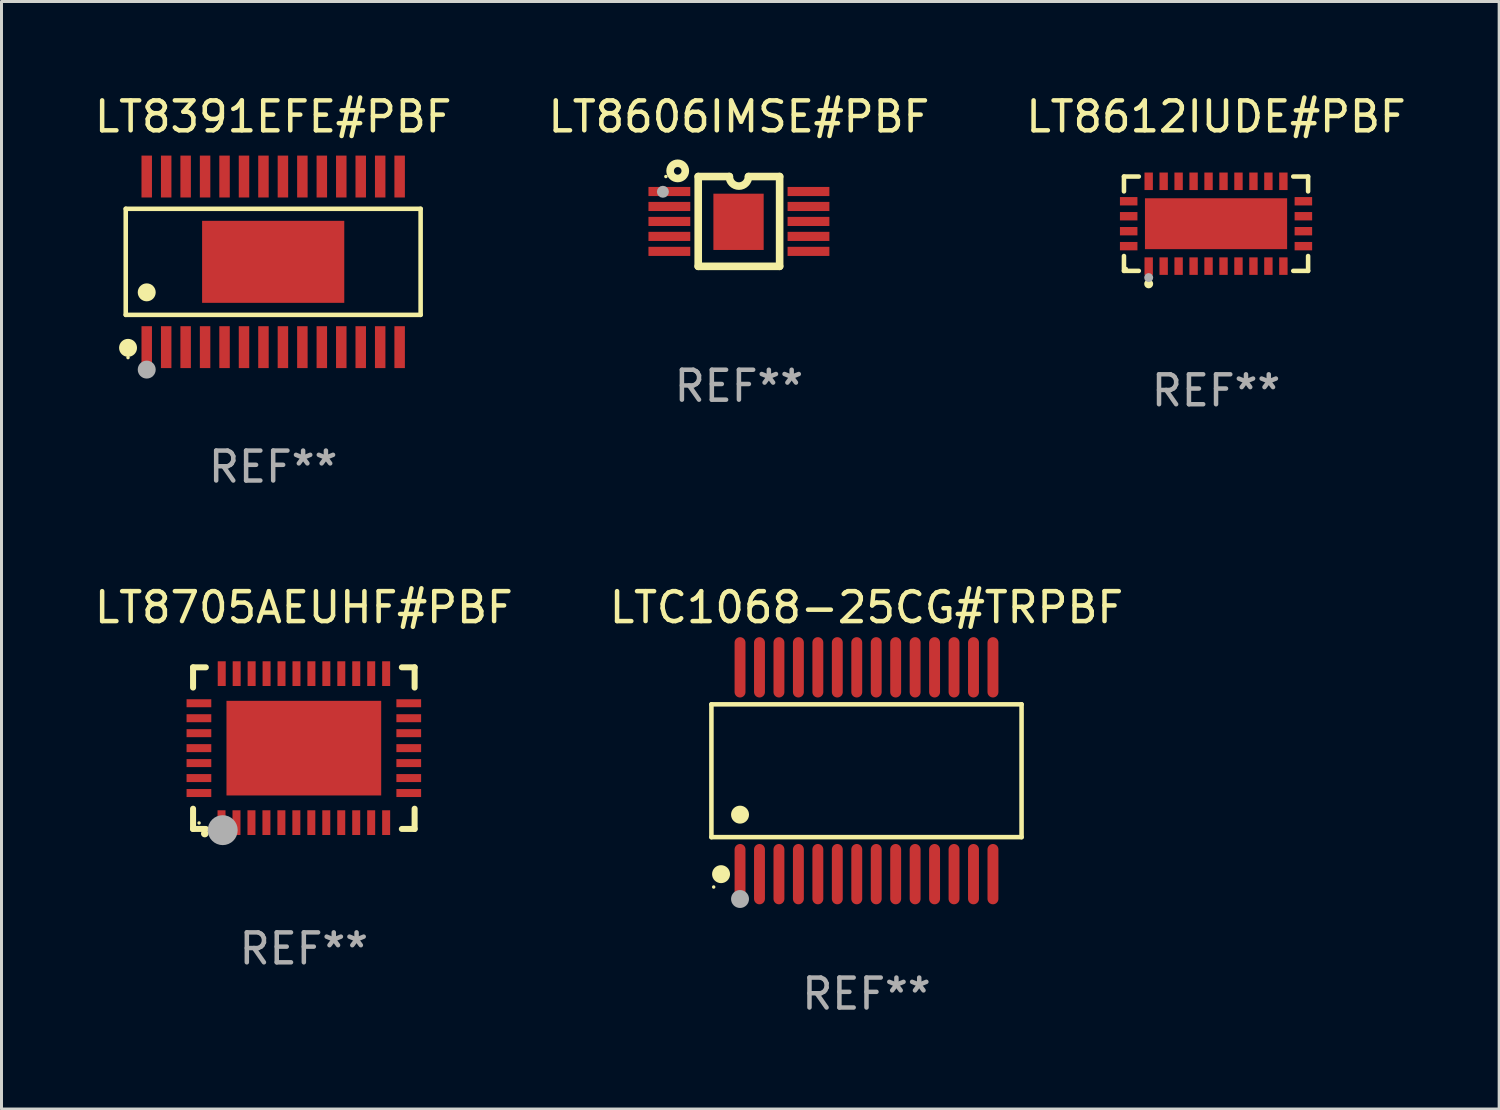
<source format=kicad_pcb>
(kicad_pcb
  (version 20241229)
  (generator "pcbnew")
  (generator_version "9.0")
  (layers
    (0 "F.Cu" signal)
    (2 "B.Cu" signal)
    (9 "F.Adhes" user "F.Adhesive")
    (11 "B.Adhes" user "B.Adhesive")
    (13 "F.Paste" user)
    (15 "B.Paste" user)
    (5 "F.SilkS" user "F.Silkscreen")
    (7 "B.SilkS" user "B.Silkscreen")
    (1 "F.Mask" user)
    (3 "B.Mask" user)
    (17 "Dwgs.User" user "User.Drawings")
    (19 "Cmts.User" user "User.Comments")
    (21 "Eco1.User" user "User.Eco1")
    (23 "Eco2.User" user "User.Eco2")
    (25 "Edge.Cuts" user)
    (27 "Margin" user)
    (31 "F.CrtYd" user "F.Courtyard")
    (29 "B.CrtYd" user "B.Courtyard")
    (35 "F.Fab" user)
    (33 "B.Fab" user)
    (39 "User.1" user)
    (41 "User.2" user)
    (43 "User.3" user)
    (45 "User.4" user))
  (footprint "LTC1068-25CG#TRPBF"
    (layer "F.Cu")
    (at 25.899 22.7)
    (property "Reference" "LTC1068-25CG#TRPBF" (at 0 -5.455 0) (layer "F.SilkS") (effects (font (size 1 1) (thickness 0.15))))
    (attr through_hole)
    (fp_line (start -5.181 -2.219) (end 5.181 -2.219) (stroke (width 0.152) (type solid)) (layer "F.SilkS"))
    (fp_line (start -5.181 2.219) (end -5.181 -2.219) (stroke (width 0.152) (type solid)) (layer "F.SilkS"))
    (fp_line (start 5.181 -2.219) (end 5.181 2.219) (stroke (width 0.152) (type solid)) (layer "F.SilkS"))
    (fp_line (start 5.181 2.219) (end -5.181 2.219) (stroke (width 0.152) (type solid)) (layer "F.SilkS"))
    (fp_circle (center -5.105 3.885) (end -5.075 3.885) (stroke (width 0.06) (type solid)) (fill no) (layer "F.SilkS"))
    (fp_circle (center -4.859 3.455) (end -4.709 3.455) (stroke (width 0.3) (type solid)) (fill no) (layer "F.SilkS"))
    (fp_circle (center -4.225 1.467) (end -4.075 1.467) (stroke (width 0.3) (type solid)) (fill no) (layer "F.SilkS"))
    (fp_circle (center -4.225 4.285) (end -4.075 4.285) (stroke (width 0.3) (type solid)) (fill no) (layer "F.Fab"))
    (fp_text user "REF**" (at 0 7.455 0) (layer "F.Fab") (effects (font (size 1 1) (thickness 0.15))))
    (pad "1" smd oval (at -4.225 3.455) (size 0.364 2.015) (layers "F.Cu" "F.Mask" "F.Paste"))
    (pad "2" smd oval (at -3.575 3.455) (size 0.364 2.015) (layers "F.Cu" "F.Mask" "F.Paste"))
    (pad "3" smd oval (at -2.925 3.455) (size 0.364 2.015) (layers "F.Cu" "F.Mask" "F.Paste"))
    (pad "4" smd oval (at -2.275 3.455) (size 0.364 2.015) (layers "F.Cu" "F.Mask" "F.Paste"))
    (pad "5" smd oval (at -1.625 3.455) (size 0.364 2.015) (layers "F.Cu" "F.Mask" "F.Paste"))
    (pad "6" smd oval (at -0.975 3.455) (size 0.364 2.015) (layers "F.Cu" "F.Mask" "F.Paste"))
    (pad "7" smd oval (at -0.325 3.455) (size 0.364 2.015) (layers "F.Cu" "F.Mask" "F.Paste"))
    (pad "8" smd oval (at 0.325 3.455) (size 0.364 2.015) (layers "F.Cu" "F.Mask" "F.Paste"))
    (pad "9" smd oval (at 0.975 3.455) (size 0.364 2.015) (layers "F.Cu" "F.Mask" "F.Paste"))
    (pad "10" smd oval (at 1.625 3.455) (size 0.364 2.015) (layers "F.Cu" "F.Mask" "F.Paste"))
    (pad "11" smd oval (at 2.275 3.455) (size 0.364 2.015) (layers "F.Cu" "F.Mask" "F.Paste"))
    (pad "12" smd oval (at 2.925 3.455) (size 0.364 2.015) (layers "F.Cu" "F.Mask" "F.Paste"))
    (pad "13" smd oval (at 3.575 3.455) (size 0.364 2.015) (layers "F.Cu" "F.Mask" "F.Paste"))
    (pad "14" smd oval (at 4.225 3.455) (size 0.364 2.015) (layers "F.Cu" "F.Mask" "F.Paste"))
    (pad "15" smd oval (at 4.225 -3.455) (size 0.364 2.015) (layers "F.Cu" "F.Mask" "F.Paste"))
    (pad "16" smd oval (at 3.575 -3.455) (size 0.364 2.015) (layers "F.Cu" "F.Mask" "F.Paste"))
    (pad "17" smd oval (at 2.925 -3.455) (size 0.364 2.015) (layers "F.Cu" "F.Mask" "F.Paste"))
    (pad "18" smd oval (at 2.275 -3.455) (size 0.364 2.015) (layers "F.Cu" "F.Mask" "F.Paste"))
    (pad "19" smd oval (at 1.625 -3.455) (size 0.364 2.015) (layers "F.Cu" "F.Mask" "F.Paste"))
    (pad "20" smd oval (at 0.975 -3.455) (size 0.364 2.015) (layers "F.Cu" "F.Mask" "F.Paste"))
    (pad "21" smd oval (at 0.325 -3.455) (size 0.364 2.015) (layers "F.Cu" "F.Mask" "F.Paste"))
    (pad "22" smd oval (at -0.325 -3.455) (size 0.364 2.015) (layers "F.Cu" "F.Mask" "F.Paste"))
    (pad "23" smd oval (at -0.975 -3.455) (size 0.364 2.015) (layers "F.Cu" "F.Mask" "F.Paste"))
    (pad "24" smd oval (at -1.625 -3.455) (size 0.364 2.015) (layers "F.Cu" "F.Mask" "F.Paste"))
    (pad "25" smd oval (at -2.275 -3.455) (size 0.364 2.015) (layers "F.Cu" "F.Mask" "F.Paste"))
    (pad "26" smd oval (at -2.925 -3.455) (size 0.364 2.015) (layers "F.Cu" "F.Mask" "F.Paste"))
    (pad "27" smd oval (at -3.575 -3.455) (size 0.364 2.015) (layers "F.Cu" "F.Mask" "F.Paste"))
    (pad "28" smd oval (at -4.225 -3.455) (size 0.364 2.015) (layers "F.Cu" "F.Mask" "F.Paste")))
  (footprint "LT8612IUDE#PBF"
    (layer "F.Cu")
    (at 37.577 4.424)
    (property "Reference" "LT8612IUDE#PBF" (at 0 -3.576 0) (layer "F.SilkS") (effects (font (size 1 1) (thickness 0.15))))
    (attr through_hole)
    (fp_line (start -3.076 -1.576) (end -2.58 -1.576) (stroke (width 0.152) (type solid)) (layer "F.SilkS"))
    (fp_line (start -3.076 -1.08) (end -3.076 -1.576) (stroke (width 0.152) (type solid)) (layer "F.SilkS"))
    (fp_line (start -3.076 1.08) (end -3.076 1.576) (stroke (width 0.152) (type solid)) (layer "F.SilkS"))
    (fp_line (start -3.076 1.576) (end -2.58 1.576) (stroke (width 0.152) (type solid)) (layer "F.SilkS"))
    (fp_line (start 3.076 -1.576) (end 2.58 -1.576) (stroke (width 0.152) (type solid)) (layer "F.SilkS"))
    (fp_line (start 3.076 -1.08) (end 3.076 -1.576) (stroke (width 0.152) (type solid)) (layer "F.SilkS"))
    (fp_line (start 3.076 1.08) (end 3.076 1.576) (stroke (width 0.152) (type solid)) (layer "F.SilkS"))
    (fp_line (start 3.076 1.576) (end 2.58 1.576) (stroke (width 0.152) (type solid)) (layer "F.SilkS"))
    (fp_circle (center -3 1.5) (end -2.97 1.5) (stroke (width 0.06) (type solid)) (fill no) (layer "F.SilkS"))
    (fp_circle (center -2.25 2.01) (end -2.175 2.01) (stroke (width 0.15) (type solid)) (fill no) (layer "F.SilkS"))
    (fp_circle (center -2.25 1.8) (end -2.175 1.8) (stroke (width 0.15) (type solid)) (fill no) (layer "F.Fab"))
    (fp_text user "REF**" (at 0 5.576 0) (layer "F.Fab") (effects (font (size 1 1) (thickness 0.15))))
    (pad "1" smd rect (at -2.25 1.417) (size 0.28 0.585) (layers "F.Cu" "F.Mask" "F.Paste"))
    (pad "2" smd rect (at -1.75 1.417) (size 0.28 0.585) (layers "F.Cu" "F.Mask" "F.Paste"))
    (pad "3" smd rect (at -1.25 1.417) (size 0.28 0.585) (layers "F.Cu" "F.Mask" "F.Paste"))
    (pad "4" smd rect (at -0.75 1.417) (size 0.28 0.585) (layers "F.Cu" "F.Mask" "F.Paste"))
    (pad "5" smd rect (at -0.25 1.417) (size 0.28 0.585) (layers "F.Cu" "F.Mask" "F.Paste"))
    (pad "6" smd rect (at 0.25 1.417) (size 0.28 0.585) (layers "F.Cu" "F.Mask" "F.Paste"))
    (pad "7" smd rect (at 0.75 1.417) (size 0.28 0.585) (layers "F.Cu" "F.Mask" "F.Paste"))
    (pad "8" smd rect (at 1.25 1.417) (size 0.28 0.585) (layers "F.Cu" "F.Mask" "F.Paste"))
    (pad "9" smd rect (at 1.75 1.417) (size 0.28 0.585) (layers "F.Cu" "F.Mask" "F.Paste"))
    (pad "10" smd rect (at 2.25 1.417) (size 0.28 0.585) (layers "F.Cu" "F.Mask" "F.Paste"))
    (pad "11" smd rect (at 2.918 0.75) (size 0.585 0.28) (layers "F.Cu" "F.Mask" "F.Paste"))
    (pad "12" smd rect (at 2.918 0.25) (size 0.585 0.28) (layers "F.Cu" "F.Mask" "F.Paste"))
    (pad "13" smd rect (at 2.918 -0.25) (size 0.585 0.28) (layers "F.Cu" "F.Mask" "F.Paste"))
    (pad "14" smd rect (at 2.918 -0.75) (size 0.585 0.28) (layers "F.Cu" "F.Mask" "F.Paste"))
    (pad "15" smd rect (at 2.25 -1.417) (size 0.28 0.585) (layers "F.Cu" "F.Mask" "F.Paste"))
    (pad "16" smd rect (at 1.75 -1.417) (size 0.28 0.585) (layers "F.Cu" "F.Mask" "F.Paste"))
    (pad "17" smd rect (at 1.25 -1.417) (size 0.28 0.585) (layers "F.Cu" "F.Mask" "F.Paste"))
    (pad "18" smd rect (at 0.75 -1.417) (size 0.28 0.585) (layers "F.Cu" "F.Mask" "F.Paste"))
    (pad "19" smd rect (at 0.25 -1.417) (size 0.28 0.585) (layers "F.Cu" "F.Mask" "F.Paste"))
    (pad "20" smd rect (at -0.25 -1.417) (size 0.28 0.585) (layers "F.Cu" "F.Mask" "F.Paste"))
    (pad "21" smd rect (at -0.75 -1.417) (size 0.28 0.585) (layers "F.Cu" "F.Mask" "F.Paste"))
    (pad "22" smd rect (at -1.25 -1.417) (size 0.28 0.585) (layers "F.Cu" "F.Mask" "F.Paste"))
    (pad "23" smd rect (at -1.75 -1.417) (size 0.28 0.585) (layers "F.Cu" "F.Mask" "F.Paste"))
    (pad "24" smd rect (at -2.25 -1.417) (size 0.28 0.585) (layers "F.Cu" "F.Mask" "F.Paste"))
    (pad "25" smd rect (at -2.918 -0.75) (size 0.585 0.28) (layers "F.Cu" "F.Mask" "F.Paste"))
    (pad "26" smd rect (at -2.918 -0.25) (size 0.585 0.28) (layers "F.Cu" "F.Mask" "F.Paste"))
    (pad "27" smd rect (at -2.918 0.25) (size 0.585 0.28) (layers "F.Cu" "F.Mask" "F.Paste"))
    (pad "28" smd rect (at -2.918 0.75) (size 0.585 0.28) (layers "F.Cu" "F.Mask" "F.Paste"))
    (pad "29" smd rect (at 0.000127 0.000127) (size 4.75 1.7) (layers "F.Cu" "F.Mask" "F.Paste")))
  (footprint "LT8391EFE#PBF"
    (layer "F.Cu")
    (at 6.077 5.698)
    (property "Reference" "LT8391EFE#PBF" (at 0 -4.85 0) (layer "F.SilkS") (effects (font (size 1 1) (thickness 0.15))))
    (attr through_hole)
    (fp_line (start -4.926 -1.772) (end 4.926 -1.772) (stroke (width 0.152) (type solid)) (layer "F.SilkS"))
    (fp_line (start -4.926 1.771) (end -4.926 -1.772) (stroke (width 0.152) (type solid)) (layer "F.SilkS"))
    (fp_line (start 4.926 -1.772) (end 4.926 1.771) (stroke (width 0.152) (type solid)) (layer "F.SilkS"))
    (fp_line (start 4.926 1.771) (end -4.926 1.771) (stroke (width 0.152) (type solid)) (layer "F.SilkS"))
    (fp_circle (center -4.85 3.2) (end -4.82 3.2) (stroke (width 0.06) (type solid)) (fill no) (layer "F.SilkS"))
    (fp_circle (center -4.849 2.873) (end -4.699 2.873) (stroke (width 0.3) (type solid)) (fill no) (layer "F.SilkS"))
    (fp_circle (center -4.225 1.019) (end -4.075 1.019) (stroke (width 0.3) (type solid)) (fill no) (layer "F.SilkS"))
    (fp_circle (center -4.225 3.6) (end -4.075 3.6) (stroke (width 0.3) (type solid)) (fill no) (layer "F.Fab"))
    (fp_text user "REF**" (at 0 6.85 0) (layer "F.Fab") (effects (font (size 1 1) (thickness 0.15))))
    (pad "1" smd rect (at -4.225 2.85) (size 0.35 1.4) (layers "F.Cu" "F.Mask" "F.Paste"))
    (pad "2" smd rect (at -3.575 2.85) (size 0.35 1.4) (layers "F.Cu" "F.Mask" "F.Paste"))
    (pad "3" smd rect (at -2.925 2.85) (size 0.35 1.4) (layers "F.Cu" "F.Mask" "F.Paste"))
    (pad "4" smd rect (at -2.275 2.85) (size 0.35 1.4) (layers "F.Cu" "F.Mask" "F.Paste"))
    (pad "5" smd rect (at -1.625 2.85) (size 0.35 1.4) (layers "F.Cu" "F.Mask" "F.Paste"))
    (pad "6" smd rect (at -0.975 2.85) (size 0.35 1.4) (layers "F.Cu" "F.Mask" "F.Paste"))
    (pad "7" smd rect (at -0.325 2.85) (size 0.35 1.4) (layers "F.Cu" "F.Mask" "F.Paste"))
    (pad "8" smd rect (at 0.325 2.85) (size 0.35 1.4) (layers "F.Cu" "F.Mask" "F.Paste"))
    (pad "9" smd rect (at 0.975 2.85) (size 0.35 1.4) (layers "F.Cu" "F.Mask" "F.Paste"))
    (pad "10" smd rect (at 1.625 2.85) (size 0.35 1.4) (layers "F.Cu" "F.Mask" "F.Paste"))
    (pad "11" smd rect (at 2.275 2.85) (size 0.35 1.4) (layers "F.Cu" "F.Mask" "F.Paste"))
    (pad "12" smd rect (at 2.925 2.85) (size 0.35 1.4) (layers "F.Cu" "F.Mask" "F.Paste"))
    (pad "13" smd rect (at 3.575 2.85) (size 0.35 1.4) (layers "F.Cu" "F.Mask" "F.Paste"))
    (pad "14" smd rect (at 4.225 2.85) (size 0.35 1.4) (layers "F.Cu" "F.Mask" "F.Paste"))
    (pad "15" smd rect (at 4.225 -2.85) (size 0.35 1.4) (layers "F.Cu" "F.Mask" "F.Paste"))
    (pad "16" smd rect (at 3.575 -2.85) (size 0.35 1.4) (layers "F.Cu" "F.Mask" "F.Paste"))
    (pad "17" smd rect (at 2.925 -2.85) (size 0.35 1.4) (layers "F.Cu" "F.Mask" "F.Paste"))
    (pad "18" smd rect (at 2.275 -2.85) (size 0.35 1.4) (layers "F.Cu" "F.Mask" "F.Paste"))
    (pad "19" smd rect (at 1.625 -2.85) (size 0.35 1.4) (layers "F.Cu" "F.Mask" "F.Paste"))
    (pad "20" smd rect (at 0.975 -2.85) (size 0.35 1.4) (layers "F.Cu" "F.Mask" "F.Paste"))
    (pad "21" smd rect (at 0.325 -2.85) (size 0.35 1.4) (layers "F.Cu" "F.Mask" "F.Paste"))
    (pad "22" smd rect (at -0.325 -2.85) (size 0.35 1.4) (layers "F.Cu" "F.Mask" "F.Paste"))
    (pad "23" smd rect (at -0.975 -2.85) (size 0.35 1.4) (layers "F.Cu" "F.Mask" "F.Paste"))
    (pad "24" smd rect (at -1.625 -2.85) (size 0.35 1.4) (layers "F.Cu" "F.Mask" "F.Paste"))
    (pad "25" smd rect (at -2.275 -2.85) (size 0.35 1.4) (layers "F.Cu" "F.Mask" "F.Paste"))
    (pad "26" smd rect (at -2.925 -2.85) (size 0.35 1.4) (layers "F.Cu" "F.Mask" "F.Paste"))
    (pad "27" smd rect (at -3.575 -2.85) (size 0.35 1.4) (layers "F.Cu" "F.Mask" "F.Paste"))
    (pad "28" smd rect (at -4.225 -2.85) (size 0.35 1.4) (layers "F.Cu" "F.Mask" "F.Paste"))
    (pad "29" smd rect (at 0 -0.000127) (size 4.75 2.74) (layers "F.Cu" "F.Mask" "F.Paste")))
  (footprint "LT8705AEUHF#PBF"
    (layer "F.Cu")
    (at 7.101 21.945)
    (property "Reference" "LT8705AEUHF#PBF" (at 0 -4.7 0) (layer "F.SilkS") (effects (font (size 1 1) (thickness 0.15))))
    (attr through_hole)
    (fp_line (start -3.701 -2.7) (end -3.274 -2.7) (stroke (width 0.201) (type solid)) (layer "F.SilkS"))
    (fp_line (start -3.701 -2.024) (end -3.701 -2.7) (stroke (width 0.201) (type solid)) (layer "F.SilkS"))
    (fp_line (start -3.701 2.7) (end -3.701 2.024) (stroke (width 0.201) (type solid)) (layer "F.SilkS"))
    (fp_line (start -3.274 2.7) (end -3.701 2.7) (stroke (width 0.201) (type solid)) (layer "F.SilkS"))
    (fp_line (start 3.274 2.7) (end 3.701 2.7) (stroke (width 0.201) (type solid)) (layer "F.SilkS"))
    (fp_line (start 3.701 -2.7) (end 3.274 -2.7) (stroke (width 0.201) (type solid)) (layer "F.SilkS"))
    (fp_line (start 3.701 -2.024) (end 3.701 -2.7) (stroke (width 0.201) (type solid)) (layer "F.SilkS"))
    (fp_line (start 3.701 2.7) (end 3.701 2.024) (stroke (width 0.201) (type solid)) (layer "F.SilkS"))
    (fp_arc (start -3.311278 2.85555) (mid -3.310008 2.855544) (end -3.308738 2.85555) (stroke (width 0.24892) (type solid)) (layer "F.SilkS"))
    (fp_circle (center -3.5 2.5) (end -3.47 2.5) (stroke (width 0.06) (type solid)) (fill no) (layer "F.SilkS"))
    (fp_circle (center -2.71 2.74) (end -2.46 2.74) (stroke (width 0.5) (type solid)) (fill no) (layer "F.Fab"))
    (fp_text user "REF**" (at 0 6.7 0) (layer "F.Fab") (effects (font (size 1 1) (thickness 0.15))))
    (pad "1" smd rect (at -2.75 2.489 180) (size 0.267 0.826) (layers "F.Cu" "F.Mask" "F.Paste"))
    (pad "2" smd rect (at -2.25 2.489 180) (size 0.267 0.826) (layers "F.Cu" "F.Mask" "F.Paste"))
    (pad "3" smd rect (at -1.75 2.489 180) (size 0.267 0.826) (layers "F.Cu" "F.Mask" "F.Paste"))
    (pad "4" smd rect (at -1.25 2.489 180) (size 0.267 0.826) (layers "F.Cu" "F.Mask" "F.Paste"))
    (pad "5" smd rect (at -0.75 2.489 180) (size 0.267 0.826) (layers "F.Cu" "F.Mask" "F.Paste"))
    (pad "6" smd rect (at -0.25 2.489 180) (size 0.267 0.826) (layers "F.Cu" "F.Mask" "F.Paste"))
    (pad "7" smd rect (at 0.25 2.489 180) (size 0.267 0.826) (layers "F.Cu" "F.Mask" "F.Paste"))
    (pad "8" smd rect (at 0.75 2.489 180) (size 0.267 0.826) (layers "F.Cu" "F.Mask" "F.Paste"))
    (pad "9" smd rect (at 1.25 2.489 180) (size 0.267 0.826) (layers "F.Cu" "F.Mask" "F.Paste"))
    (pad "10" smd rect (at 1.75 2.489 180) (size 0.267 0.826) (layers "F.Cu" "F.Mask" "F.Paste"))
    (pad "11" smd rect (at 2.25 2.489 180) (size 0.267 0.826) (layers "F.Cu" "F.Mask" "F.Paste"))
    (pad "12" smd rect (at 2.75 2.489 180) (size 0.267 0.826) (layers "F.Cu" "F.Mask" "F.Paste"))
    (pad "13" smd rect (at 3.505 1.5 90) (size 0.267 0.826) (layers "F.Cu" "F.Mask" "F.Paste"))
    (pad "14" smd rect (at 3.505 1 90) (size 0.267 0.826) (layers "F.Cu" "F.Mask" "F.Paste"))
    (pad "15" smd rect (at 3.505 0.5 90) (size 0.267 0.826) (layers "F.Cu" "F.Mask" "F.Paste"))
    (pad "16" smd rect (at 3.505 -0.000127 90) (size 0.267 0.826) (layers "F.Cu" "F.Mask" "F.Paste"))
    (pad "17" smd rect (at 3.505 -0.5 90) (size 0.267 0.826) (layers "F.Cu" "F.Mask" "F.Paste"))
    (pad "18" smd rect (at 3.505 -1 90) (size 0.267 0.826) (layers "F.Cu" "F.Mask" "F.Paste"))
    (pad "19" smd rect (at 3.505 -1.5 90) (size 0.267 0.826) (layers "F.Cu" "F.Mask" "F.Paste"))
    (pad "20" smd rect (at 2.75 -2.489 180) (size 0.267 0.826) (layers "F.Cu" "F.Mask" "F.Paste"))
    (pad "21" smd rect (at 2.251 -2.489 180) (size 0.267 0.826) (layers "F.Cu" "F.Mask" "F.Paste"))
    (pad "22" smd rect (at 1.751 -2.489 180) (size 0.267 0.826) (layers "F.Cu" "F.Mask" "F.Paste"))
    (pad "23" smd rect (at 1.252 -2.489 180) (size 0.267 0.826) (layers "F.Cu" "F.Mask" "F.Paste"))
    (pad "24" smd rect (at 0.752 -2.489 180) (size 0.267 0.826) (layers "F.Cu" "F.Mask" "F.Paste"))
    (pad "25" smd rect (at 0.253 -2.489 180) (size 0.267 0.826) (layers "F.Cu" "F.Mask" "F.Paste"))
    (pad "26" smd rect (at -0.246 -2.489 180) (size 0.267 0.826) (layers "F.Cu" "F.Mask" "F.Paste"))
    (pad "27" smd rect (at -0.746 -2.489 180) (size 0.267 0.826) (layers "F.Cu" "F.Mask" "F.Paste"))
    (pad "28" smd rect (at -1.245 -2.489 180) (size 0.267 0.826) (layers "F.Cu" "F.Mask" "F.Paste"))
    (pad "29" smd rect (at -1.744 -2.489 180) (size 0.267 0.826) (layers "F.Cu" "F.Mask" "F.Paste"))
    (pad "30" smd rect (at -2.244 -2.489 180) (size 0.267 0.826) (layers "F.Cu" "F.Mask" "F.Paste"))
    (pad "31" smd rect (at -2.743 -2.489 180) (size 0.267 0.826) (layers "F.Cu" "F.Mask" "F.Paste"))
    (pad "32" smd rect (at -3.505 -1.5 90) (size 0.267 0.826) (layers "F.Cu" "F.Mask" "F.Paste"))
    (pad "33" smd rect (at -3.505 -1 90) (size 0.267 0.826) (layers "F.Cu" "F.Mask" "F.Paste"))
    (pad "34" smd rect (at -3.505 -0.5 90) (size 0.267 0.826) (layers "F.Cu" "F.Mask" "F.Paste"))
    (pad "35" smd rect (at -3.505 -0.000127 90) (size 0.267 0.826) (layers "F.Cu" "F.Mask" "F.Paste"))
    (pad "36" smd rect (at -3.505 0.5 90) (size 0.267 0.826) (layers "F.Cu" "F.Mask" "F.Paste"))
    (pad "37" smd rect (at -3.505 1 90) (size 0.267 0.826) (layers "F.Cu" "F.Mask" "F.Paste"))
    (pad "38" smd rect (at -3.505 1.5 90) (size 0.267 0.826) (layers "F.Cu" "F.Mask" "F.Paste"))
    (pad "39" smd rect (at 0.000127 0.000127 90) (size 3.162 5.169) (layers "F.Cu" "F.Mask" "F.Paste")))
  (footprint "LT8606IMSE#PBF"
    (layer "F.Cu")
    (at 21.637 4.348)
    (property "Reference" "LT8606IMSE#PBF" (at 0 -3.5 0) (layer "F.SilkS") (effects (font (size 1 1) (thickness 0.15))))
    (attr through_hole)
    (fp_line (start -1.36 -1.5) (end -0.32 -1.5) (stroke (width 0.254) (type solid)) (layer "F.SilkS"))
    (fp_line (start -1.36 1.5) (end -1.36 -1.5) (stroke (width 0.254) (type solid)) (layer "F.SilkS"))
    (fp_line (start -1.36 1.5) (end 1.36 1.5) (stroke (width 0.254) (type solid)) (layer "F.SilkS"))
    (fp_line (start 1.36 -1.5) (end 0.32 -1.5) (stroke (width 0.254) (type solid)) (layer "F.SilkS"))
    (fp_line (start 1.36 -1.5) (end 1.36 1.5) (stroke (width 0.254) (type solid)) (layer "F.SilkS"))
    (fp_arc (start 0.319914 -1.5) (mid -0.000673 -1.181127) (end -0.320118 -1.501143) (stroke (width 0.254001) (type solid)) (layer "F.SilkS"))
    (fp_circle (center -2.44 -1.5) (end -2.41 -1.5) (stroke (width 0.06) (type solid)) (fill no) (layer "F.SilkS"))
    (fp_circle (center -2.045 -1.689) (end -1.791 -1.689) (stroke (width 0.254) (type solid)) (fill no) (layer "F.SilkS"))
    (fp_circle (center -2.54 -0.991) (end -2.44 -0.991) (stroke (width 0.2) (type solid)) (fill no) (layer "F.Fab"))
    (fp_text user "REF**" (at 0 5.5 0) (layer "F.Fab") (effects (font (size 1 1) (thickness 0.15))))
    (pad "1" smd rect (at -2.324 -1) (size 1.397 0.305) (layers "F.Cu" "F.Mask" "F.Paste"))
    (pad "2" smd rect (at -2.324 -0.5) (size 1.397 0.305) (layers "F.Cu" "F.Mask" "F.Paste"))
    (pad "3" smd rect (at -2.324 -0.000025) (size 1.397 0.305) (layers "F.Cu" "F.Mask" "F.Paste"))
    (pad "4" smd rect (at -2.324 0.5) (size 1.397 0.305) (layers "F.Cu" "F.Mask" "F.Paste"))
    (pad "5" smd rect (at -2.324 1) (size 1.397 0.305) (layers "F.Cu" "F.Mask" "F.Paste"))
    (pad "6" smd rect (at 2.324 1) (size 1.397 0.305) (layers "F.Cu" "F.Mask" "F.Paste"))
    (pad "7" smd rect (at 2.324 0.5) (size 1.397 0.305) (layers "F.Cu" "F.Mask" "F.Paste"))
    (pad "8" smd rect (at 2.324 -0.000025) (size 1.397 0.305) (layers "F.Cu" "F.Mask" "F.Paste"))
    (pad "9" smd rect (at 2.324 -0.5) (size 1.397 0.305) (layers "F.Cu" "F.Mask" "F.Paste"))
    (pad "10" smd rect (at 2.324 -1) (size 1.397 0.305) (layers "F.Cu" "F.Mask" "F.Paste"))
    (pad "11" smd rect (at -0.013 0.013) (size 1.68 1.88) (layers "F.Cu" "F.Mask" "F.Paste")))
  (gr_rect
    (start -3 -3)
    (end 47.036 34.003)
    (stroke (width 0.1) (type default))
    (fill no)
    (layer "Edge.Cuts")))
</source>
